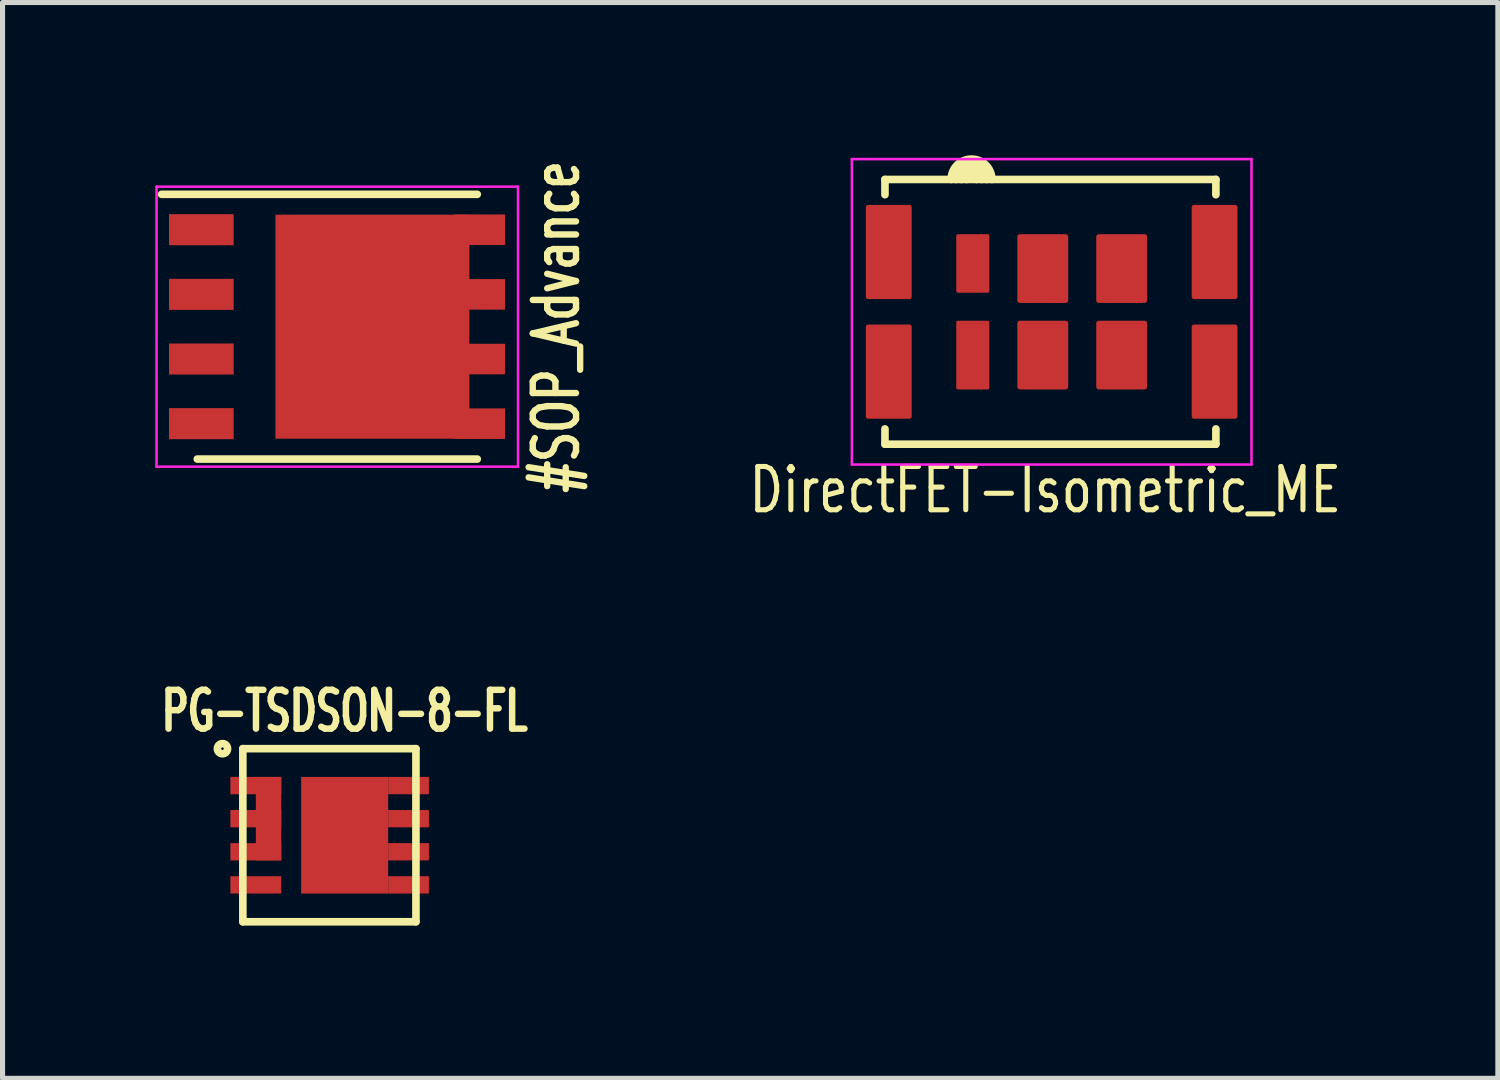
<source format=kicad_pcb>
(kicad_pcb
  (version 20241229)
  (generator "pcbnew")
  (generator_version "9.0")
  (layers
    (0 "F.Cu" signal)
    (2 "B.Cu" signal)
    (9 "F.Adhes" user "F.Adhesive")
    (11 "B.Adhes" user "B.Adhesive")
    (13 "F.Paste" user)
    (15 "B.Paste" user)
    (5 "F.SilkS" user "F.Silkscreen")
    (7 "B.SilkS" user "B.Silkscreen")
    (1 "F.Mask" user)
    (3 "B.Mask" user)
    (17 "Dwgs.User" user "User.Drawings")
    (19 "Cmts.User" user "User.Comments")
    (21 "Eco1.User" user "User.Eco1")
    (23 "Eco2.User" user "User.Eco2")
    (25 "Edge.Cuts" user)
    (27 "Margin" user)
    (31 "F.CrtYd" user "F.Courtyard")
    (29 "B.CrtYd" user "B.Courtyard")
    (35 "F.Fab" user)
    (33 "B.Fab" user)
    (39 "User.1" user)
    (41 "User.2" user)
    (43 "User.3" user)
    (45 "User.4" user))
  (footprint "PG-TSDSON-8-FL"
    (layer "F.Cu")
    (at 3.42 13.357)
    (property "Reference" "PG-TSDSON-8-FL" (at 0.3 -2.441 180) (layer "F.SilkS") (effects (font (size 0.762 0.508) (thickness 0.127))))
    (attr smd)
    (fp_line (start -1.7 -1.701) (end -1.7 1.699) (stroke (width 0.15) (type solid)) (layer "F.SilkS"))
    (fp_line (start -1.7 1.699) (end 1.7 1.699) (stroke (width 0.15) (type solid)) (layer "F.SilkS"))
    (fp_line (start 1.7 -1.701) (end -1.7 -1.701) (stroke (width 0.15) (type solid)) (layer "F.SilkS"))
    (fp_line (start 1.7 1.699) (end 1.7 -1.701) (stroke (width 0.15) (type solid)) (layer "F.SilkS"))
    (fp_circle (center -2.1 -1.701) (end -2 -1.701) (stroke (width 0.15) (type solid)) (fill no) (layer "F.SilkS"))
    (pad "1" smd rect (at -1.445 -0.976 180) (size 1 0.34) (layers "F.Cu" "F.Mask" "F.Paste"))
    (pad "2" smd rect (at -1.445 -0.326 180) (size 1 0.34) (layers "F.Cu" "F.Mask" "F.Paste"))
    (pad "2" smd rect (at -1.195 -0.326 180) (size 0.5 1.64) (layers "F.Cu" "F.Mask" "F.Paste"))
    (pad "3" smd rect (at -1.445 0.324 180) (size 1 0.34) (layers "F.Cu" "F.Mask" "F.Paste"))
    (pad "4" smd rect (at -1.445 0.974 180) (size 1 0.34) (layers "F.Cu" "F.Mask" "F.Paste"))
    (pad "5" smd rect (at 0.3 -0.001 180) (size 1.71 2.29) (layers "F.Cu" "F.Mask" "F.Paste"))
    (pad "5" smd rect (at 1.555 0.974 180) (size 0.8 0.34) (layers "F.Cu" "F.Mask" "F.Paste"))
    (pad "6" smd rect (at 1.555 0.324 180) (size 0.8 0.34) (layers "F.Cu" "F.Mask" "F.Paste"))
    (pad "7" smd rect (at 1.555 -0.326 180) (size 0.8 0.34) (layers "F.Cu" "F.Mask" "F.Paste"))
    (pad "8" smd rect (at 1.555 -0.976 180) (size 0.8 0.34) (layers "F.Cu" "F.Mask" "F.Paste")))
  (footprint "#SOP_Advance"
    (layer "F.Cu")
    (at 3.678 3.37)
    (property "Reference" "#SOP_Advance" (at 4.2 0 270) (layer "F.SilkS") (effects (font (size 0.85 0.6) (thickness 0.125))))
    (attr smd)
    (fp_line (start -3.553 -2.603) (end 2.647 -2.603) (stroke (width 0.15) (type solid)) (layer "F.SilkS"))
    (fp_line (start -2.853 2.597) (end 2.647 2.597) (stroke (width 0.15) (type solid)) (layer "F.SilkS"))
    (fp_line (start -3.653 -2.753) (end -3.653 2.747) (stroke (width 0.05) (type solid)) (layer "F.CrtYd"))
    (fp_line (start -3.653 -2.753) (end 3.447 -2.753) (stroke (width 0.05) (type solid)) (layer "F.CrtYd"))
    (fp_line (start -3.653 2.747) (end 3.447 2.747) (stroke (width 0.05) (type solid)) (layer "F.CrtYd"))
    (fp_line (start 3.447 -2.753) (end 3.447 2.747) (stroke (width 0.05) (type solid)) (layer "F.CrtYd"))
    (pad "1" smd rect (at -2.773 -1.908) (size 1.27 0.61) (layers "F.Cu" "F.Mask" "F.Paste"))
    (pad "2" smd rect (at -2.773 -0.638) (size 1.27 0.61) (layers "F.Cu" "F.Mask" "F.Paste"))
    (pad "3" smd rect (at -2.773 0.632) (size 1.27 0.61) (layers "F.Cu" "F.Mask" "F.Paste"))
    (pad "4" smd rect (at -2.773 1.902) (size 1.27 0.61) (layers "F.Cu" "F.Mask" "F.Paste"))
    (pad "5" smd rect (at 0.587 -0.003) (size 3.81 4.4) (layers "F.Cu" "F.Mask" "F.Paste"))
    (pad "5" smd rect (at 2.692 1.902) (size 1 0.6) (layers "F.Cu" "F.Mask" "F.Paste"))
    (pad "6" smd rect (at 2.692 0.632) (size 1 0.6) (layers "F.Cu" "F.Mask" "F.Paste"))
    (pad "7" smd rect (at 2.692 -0.638) (size 1 0.6) (layers "F.Cu" "F.Mask" "F.Paste"))
    (pad "8" smd rect (at 2.692 -1.908) (size 1 0.6) (layers "F.Cu" "F.Mask" "F.Paste")))
  (footprint "DirectFET-Isometric_ME"
    (layer "F.Cu")
    (at 17.433 3.075)
    (property "Reference" "DirectFET-Isometric_ME" (at 0.05 3.5 0) (layer "F.SilkS") (effects (font (size 0.85 0.65) (thickness 0.1))))
    (attr through_hole)
    (fp_line (start -3.1 -2.6) (end 3.4 -2.6) (stroke (width 0.15) (type solid)) (layer "F.SilkS"))
    (fp_line (start -3.1 -2.3) (end -3.1 -2.6) (stroke (width 0.15) (type solid)) (layer "F.SilkS"))
    (fp_line (start -3.1 2.6) (end -3.1 2.3) (stroke (width 0.15) (type solid)) (layer "F.SilkS"))
    (fp_line (start -3.1 2.6) (end 3.4 2.6) (stroke (width 0.15) (type solid)) (layer "F.SilkS"))
    (fp_line (start 3.4 -2.6) (end 3.4 -2.3) (stroke (width 0.15) (type solid)) (layer "F.SilkS"))
    (fp_line (start 3.4 2.3) (end 3.4 2.6) (stroke (width 0.15) (type solid)) (layer "F.SilkS"))
    (fp_arc (start -1.8 -2.6) (mid -1.4 -3) (end -1 -2.6) (stroke (width 0.15) (type solid)) (layer "F.SilkS"))
    (fp_arc (start -1.7 -2.6) (mid -1.4 -2.9) (end -1.1 -2.6) (stroke (width 0.15) (type solid)) (layer "F.SilkS"))
    (fp_arc (start -1.6 -2.6) (mid -1.4 -2.8) (end -1.2 -2.6) (stroke (width 0.15) (type solid)) (layer "F.SilkS"))
    (fp_arc (start -1.5 -2.6) (mid -1.4 -2.7) (end -1.3 -2.6) (stroke (width 0.15) (type solid)) (layer "F.SilkS"))
    (fp_line (start -3.75 -3) (end -3.75 3) (stroke (width 0.05) (type solid)) (layer "F.CrtYd"))
    (fp_line (start -3.75 3) (end 4.1 3) (stroke (width 0.05) (type solid)) (layer "F.CrtYd"))
    (fp_line (start 4.1 -3) (end -3.75 -3) (stroke (width 0.05) (type solid)) (layer "F.CrtYd"))
    (fp_line (start 4.1 3) (end 4.1 -3) (stroke (width 0.05) (type solid)) (layer "F.CrtYd"))
    (pad "1" smd roundrect (at -1.375 -0.95) (size 0.65 1.15) (layers "F.Cu" "F.Mask" "F.Paste") (roundrect_rratio 0.05))
    (pad "2" smd roundrect (at -1.375 0.85) (size 0.65 1.35) (layers "F.Cu" "F.Mask" "F.Paste") (roundrect_rratio 0.05))
    (pad "2" smd roundrect (at 0 -0.85) (size 1 1.35) (layers "F.Cu" "F.Mask" "F.Paste") (roundrect_rratio 0.05))
    (pad "2" smd roundrect (at 0 0.85) (size 1 1.35) (layers "F.Cu" "F.Mask" "F.Paste") (roundrect_rratio 0.05))
    (pad "2" smd roundrect (at 1.55 -0.85) (size 1 1.35) (layers "F.Cu" "F.Mask" "F.Paste") (roundrect_rratio 0.05))
    (pad "2" smd roundrect (at 1.55 0.85) (size 1 1.35) (layers "F.Cu" "F.Mask" "F.Paste") (roundrect_rratio 0.05))
    (pad "3" smd roundrect (at -3.025 -1.175) (size 0.9 1.85) (layers "F.Cu" "F.Mask" "F.Paste") (roundrect_rratio 0.05))
    (pad "3" smd roundrect (at -3.025 1.175) (size 0.9 1.85) (layers "F.Cu" "F.Mask" "F.Paste") (roundrect_rratio 0.05))
    (pad "3" smd roundrect (at 3.375 -1.175) (size 0.9 1.85) (layers "F.Cu" "F.Mask" "F.Paste") (roundrect_rratio 0.05))
    (pad "3" smd roundrect (at 3.375 1.175) (size 0.9 1.85) (layers "F.Cu" "F.Mask" "F.Paste") (roundrect_rratio 0.05)))
  (gr_rect
    (start -3 -3)
    (end 26.372 18.131)
    (stroke (width 0.1) (type default))
    (fill no)
    (layer "Edge.Cuts")))
</source>
